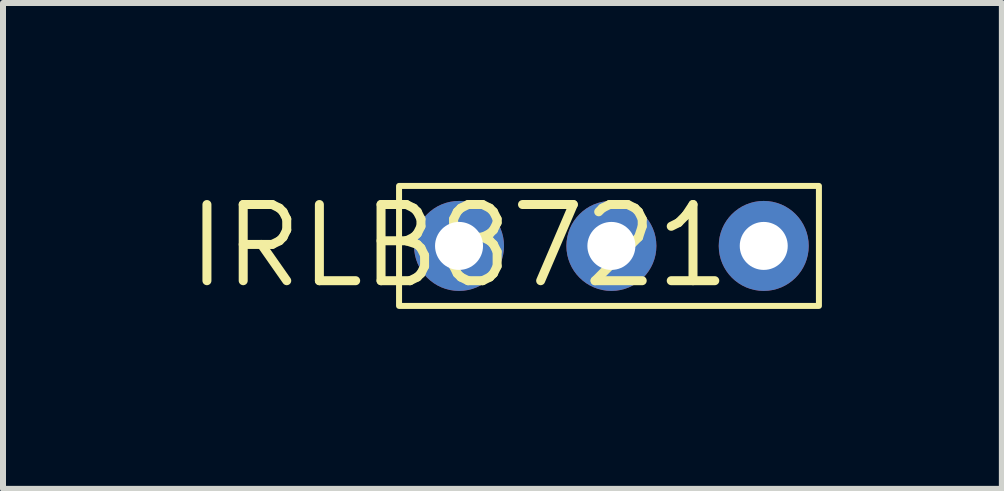
<source format=kicad_pcb>
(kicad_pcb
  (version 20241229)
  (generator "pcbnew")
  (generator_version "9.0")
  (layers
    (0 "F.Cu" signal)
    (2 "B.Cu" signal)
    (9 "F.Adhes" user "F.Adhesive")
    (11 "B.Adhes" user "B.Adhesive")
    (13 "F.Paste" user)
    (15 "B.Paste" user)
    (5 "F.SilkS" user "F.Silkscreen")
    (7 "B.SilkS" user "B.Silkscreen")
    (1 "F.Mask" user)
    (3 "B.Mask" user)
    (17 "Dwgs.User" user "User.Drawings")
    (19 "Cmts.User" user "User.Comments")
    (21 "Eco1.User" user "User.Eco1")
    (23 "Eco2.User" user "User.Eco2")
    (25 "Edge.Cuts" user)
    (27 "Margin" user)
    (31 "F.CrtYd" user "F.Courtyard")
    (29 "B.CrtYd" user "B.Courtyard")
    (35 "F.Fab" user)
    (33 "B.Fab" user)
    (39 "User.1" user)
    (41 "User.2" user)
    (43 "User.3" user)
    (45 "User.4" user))
  (footprint "IRLB8721"
    (layer "F.Cu")
    (at 4.603 1.05)
    (property "Reference" "IRLB8721" (at 0 0 0) (layer "F.SilkS") (effects (font (size 1.27 1.27) (thickness 0.15))))
    (attr through_hole)
    (fp_rect (start -1 -1) (end 6 1) (stroke (width 0.1) (type default)) (fill no) (layer "F.SilkS"))
    (pad "1" thru_hole oval (at 0 0) (size 1.5 1.5) (drill 0.8) (layers "F.Cu" "F.Mask" "F.Paste"))
    (pad "2" thru_hole oval (at 2.54 0) (size 1.5 1.5) (drill 0.8) (layers "F.Cu" "F.Mask" "F.Paste"))
    (pad "3" thru_hole oval (at 5.08 0) (size 1.5 1.5) (drill 0.8) (layers "F.Cu" "F.Mask" "F.Paste")))
  (gr_rect
    (start -3 -3)
    (end 13.653 5.1)
    (stroke (width 0.1) (type default))
    (fill no)
    (layer "Edge.Cuts")))
</source>
